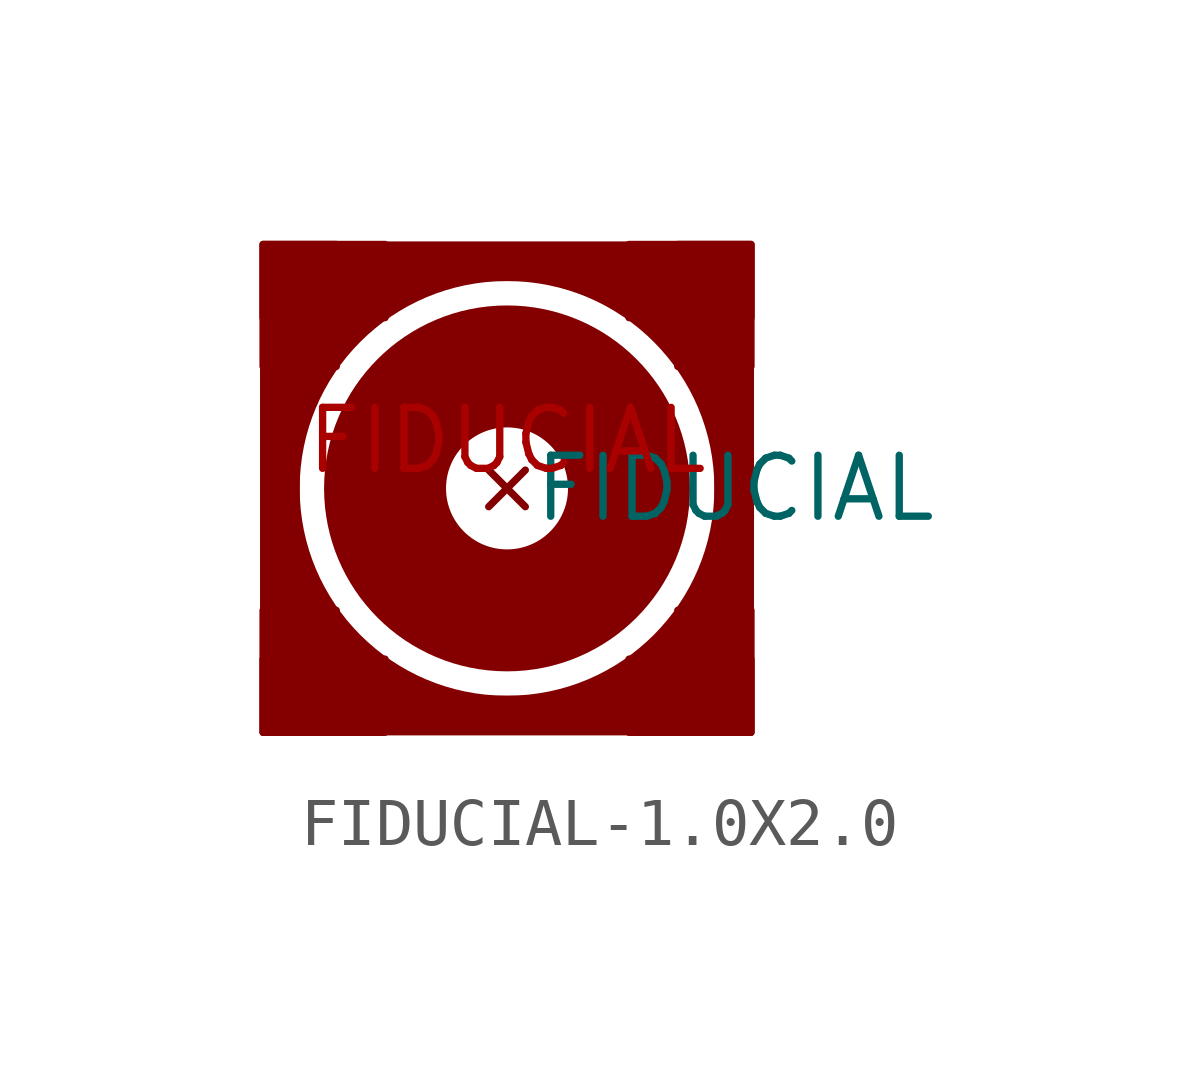
<source format=kicad_sym>
(kicad_symbol_lib
  (version 20211014)
  (generator kicad_symbol_editor)
  (symbol "FIDUCIAL-1.0X2.0"
    (property "Reference" "FIDUCIAL"
      (at 0 0 0)
      (effects (font (size 1.27 1.27)) hide))
    (property "ki_locked" ""
      (at 0 0 0)
      (effects (font (size 1.27 1.27))))
    (symbol "FIDUCIAL-1.0X2.0_1_0"
      (rectangle (start -5.08 -5.08) (end -3.556 -2.54) (stroke (width 0) (type default) (color 0 0 0 0)) (fill (type outline)))
      (rectangle (start -5.08 -5.08) (end -2.54 -3.556) (stroke (width 0) (type default) (color 0 0 0 0)) (fill (type outline)))
      (rectangle (start -5.08 2.54) (end -3.556 5.08) (stroke (width 0) (type default) (color 0 0 0 0)) (fill (type outline)))
      (rectangle (start -5.08 3.556) (end -2.54 5.08) (stroke (width 0) (type default) (color 0 0 0 0)) (fill (type outline)))
      (polyline (pts (xy -5.08 -5.08) (xy -5.08 5.08)) (stroke (width 0.127) (type default) (color 0 0 0 0)) (fill (type none)))
      (polyline (pts (xy -5.08 -5.08) (xy 5.08 -5.08)) (stroke (width 0.127) (type default) (color 0 0 0 0)) (fill (type none)))
      (polyline (pts (xy -5.08 5.08) (xy 5.08 5.08)) (stroke (width 0.127) (type default) (color 0 0 0 0)) (fill (type none)))
      (polyline (pts (xy -4.699 2.54) (xy -4.699 -2.54)) (stroke (width 0.762) (type default) (color 0 0 0 0)) (fill (type none)))
      (polyline (pts (xy -2.54 -4.699) (xy 2.54 -4.699)) (stroke (width 0.762) (type default) (color 0 0 0 0)) (fill (type none)))
      (polyline (pts (xy -2.54 4.699) (xy 2.54 4.699)) (stroke (width 0.762) (type default) (color 0 0 0 0)) (fill (type none)))
      (polyline (pts (xy 4.699 -2.54) (xy 4.699 2.54)) (stroke (width 0.762) (type default) (color 0 0 0 0)) (fill (type none)))
      (polyline (pts (xy 5.08 5.08) (xy 5.08 -5.08)) (stroke (width 0.127) (type default) (color 0 0 0 0)) (fill (type none)))
      (circle (center 0 0) (radius 2.54) (stroke (width 2.54) (type default) (color 0 0 0 0)) (fill (type none)))
      (circle (center 0 0) (radius 4.699) (stroke (width 0.762) (type default) (color 0 0 0 0)) (fill (type none)))
      (rectangle (start 2.54 -5.08) (end 5.08 -3.556) (stroke (width 0) (type default) (color 0 0 0 0)) (fill (type outline)))
      (rectangle (start 2.54 3.556) (end 5.08 5.08) (stroke (width 0) (type default) (color 0 0 0 0)) (fill (type outline)))
      (rectangle (start 3.556 -5.08) (end 5.08 -2.54) (stroke (width 0) (type default) (color 0 0 0 0)) (fill (type outline)))
      (rectangle (start 3.556 2.54) (end 5.08 5.08) (stroke (width 0) (type default) (color 0 0 0 0)) (fill (type outline)))
      (pin no_connect line (at 0 0 0) (length 0) (name "FIDUCIAL" (effects (font (size 1.27 1.27)))) (number "FIDUCIAL" (effects (font (size 1.27 1.27))))))))
</source>
